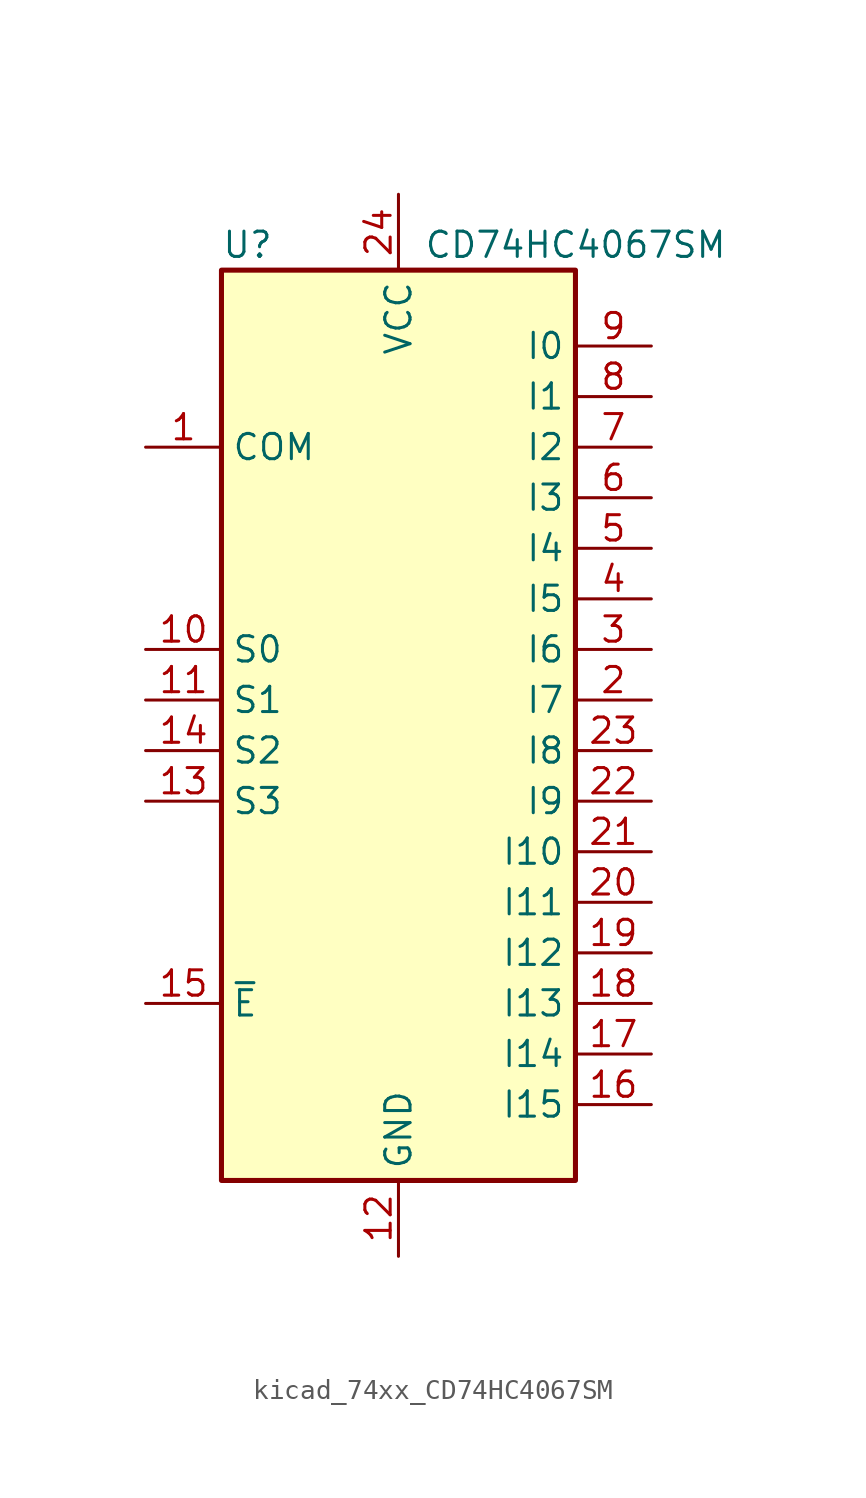
<source format=kicad_sym>
(kicad_symbol_lib
  (version 20220914)
  (generator kicad_symbol_editor)
  (symbol "kicad_74xx_CD74HC4067SM"
    (property "Reference" "U"
      (at -8.89 22.86 0)
      (effects (font (size 1.27 1.27)) (justify left)))
    (property "Value" "CD74HC4067SM"
      (at 1.27 22.86 0)
      (effects (font (size 1.27 1.27)) (justify left)))
    (symbol "kicad_74xx_CD74HC4067SM_0_1"
      (rectangle (start -8.89 21.59) (end 8.89 -24.13) (stroke (width 0.254) (type default)) (fill (type background))))
    (symbol "kicad_74xx_CD74HC4067SM_1_1"
      (pin passive line (at -12.7 12.7 0) (length 3.81) (name "COM" (effects (font (size 1.27 1.27)))) (number "1" (effects (font (size 1.27 1.27)))))
      (pin input line (at -12.7 2.54 0) (length 3.81) (name "S0" (effects (font (size 1.27 1.27)))) (number "10" (effects (font (size 1.27 1.27)))))
      (pin input line (at -12.7 0 0) (length 3.81) (name "S1" (effects (font (size 1.27 1.27)))) (number "11" (effects (font (size 1.27 1.27)))))
      (pin power_in line (at 0 -27.94 90) (length 3.81) (name "GND" (effects (font (size 1.27 1.27)))) (number "12" (effects (font (size 1.27 1.27)))))
      (pin input line (at -12.7 -5.08 0) (length 3.81) (name "S3" (effects (font (size 1.27 1.27)))) (number "13" (effects (font (size 1.27 1.27)))))
      (pin input line (at -12.7 -2.54 0) (length 3.81) (name "S2" (effects (font (size 1.27 1.27)))) (number "14" (effects (font (size 1.27 1.27)))))
      (pin input line (at -12.7 -15.24 0) (length 3.81) (name "~{E}" (effects (font (size 1.27 1.27)))) (number "15" (effects (font (size 1.27 1.27)))))
      (pin passive line (at 12.7 -20.32 180) (length 3.81) (name "I15" (effects (font (size 1.27 1.27)))) (number "16" (effects (font (size 1.27 1.27)))))
      (pin passive line (at 12.7 -17.78 180) (length 3.81) (name "I14" (effects (font (size 1.27 1.27)))) (number "17" (effects (font (size 1.27 1.27)))))
      (pin passive line (at 12.7 -15.24 180) (length 3.81) (name "I13" (effects (font (size 1.27 1.27)))) (number "18" (effects (font (size 1.27 1.27)))))
      (pin passive line (at 12.7 -12.7 180) (length 3.81) (name "I12" (effects (font (size 1.27 1.27)))) (number "19" (effects (font (size 1.27 1.27)))))
      (pin passive line (at 12.7 0 180) (length 3.81) (name "I7" (effects (font (size 1.27 1.27)))) (number "2" (effects (font (size 1.27 1.27)))))
      (pin passive line (at 12.7 -10.16 180) (length 3.81) (name "I11" (effects (font (size 1.27 1.27)))) (number "20" (effects (font (size 1.27 1.27)))))
      (pin passive line (at 12.7 -7.62 180) (length 3.81) (name "I10" (effects (font (size 1.27 1.27)))) (number "21" (effects (font (size 1.27 1.27)))))
      (pin passive line (at 12.7 -5.08 180) (length 3.81) (name "I9" (effects (font (size 1.27 1.27)))) (number "22" (effects (font (size 1.27 1.27)))))
      (pin passive line (at 12.7 -2.54 180) (length 3.81) (name "I8" (effects (font (size 1.27 1.27)))) (number "23" (effects (font (size 1.27 1.27)))))
      (pin power_in line (at 0 25.4 270) (length 3.81) (name "VCC" (effects (font (size 1.27 1.27)))) (number "24" (effects (font (size 1.27 1.27)))))
      (pin passive line (at 12.7 2.54 180) (length 3.81) (name "I6" (effects (font (size 1.27 1.27)))) (number "3" (effects (font (size 1.27 1.27)))))
      (pin passive line (at 12.7 5.08 180) (length 3.81) (name "I5" (effects (font (size 1.27 1.27)))) (number "4" (effects (font (size 1.27 1.27)))))
      (pin passive line (at 12.7 7.62 180) (length 3.81) (name "I4" (effects (font (size 1.27 1.27)))) (number "5" (effects (font (size 1.27 1.27)))))
      (pin passive line (at 12.7 10.16 180) (length 3.81) (name "I3" (effects (font (size 1.27 1.27)))) (number "6" (effects (font (size 1.27 1.27)))))
      (pin passive line (at 12.7 12.7 180) (length 3.81) (name "I2" (effects (font (size 1.27 1.27)))) (number "7" (effects (font (size 1.27 1.27)))))
      (pin passive line (at 12.7 15.24 180) (length 3.81) (name "I1" (effects (font (size 1.27 1.27)))) (number "8" (effects (font (size 1.27 1.27)))))
      (pin passive line (at 12.7 17.78 180) (length 3.81) (name "I0" (effects (font (size 1.27 1.27)))) (number "9" (effects (font (size 1.27 1.27))))))))
</source>
